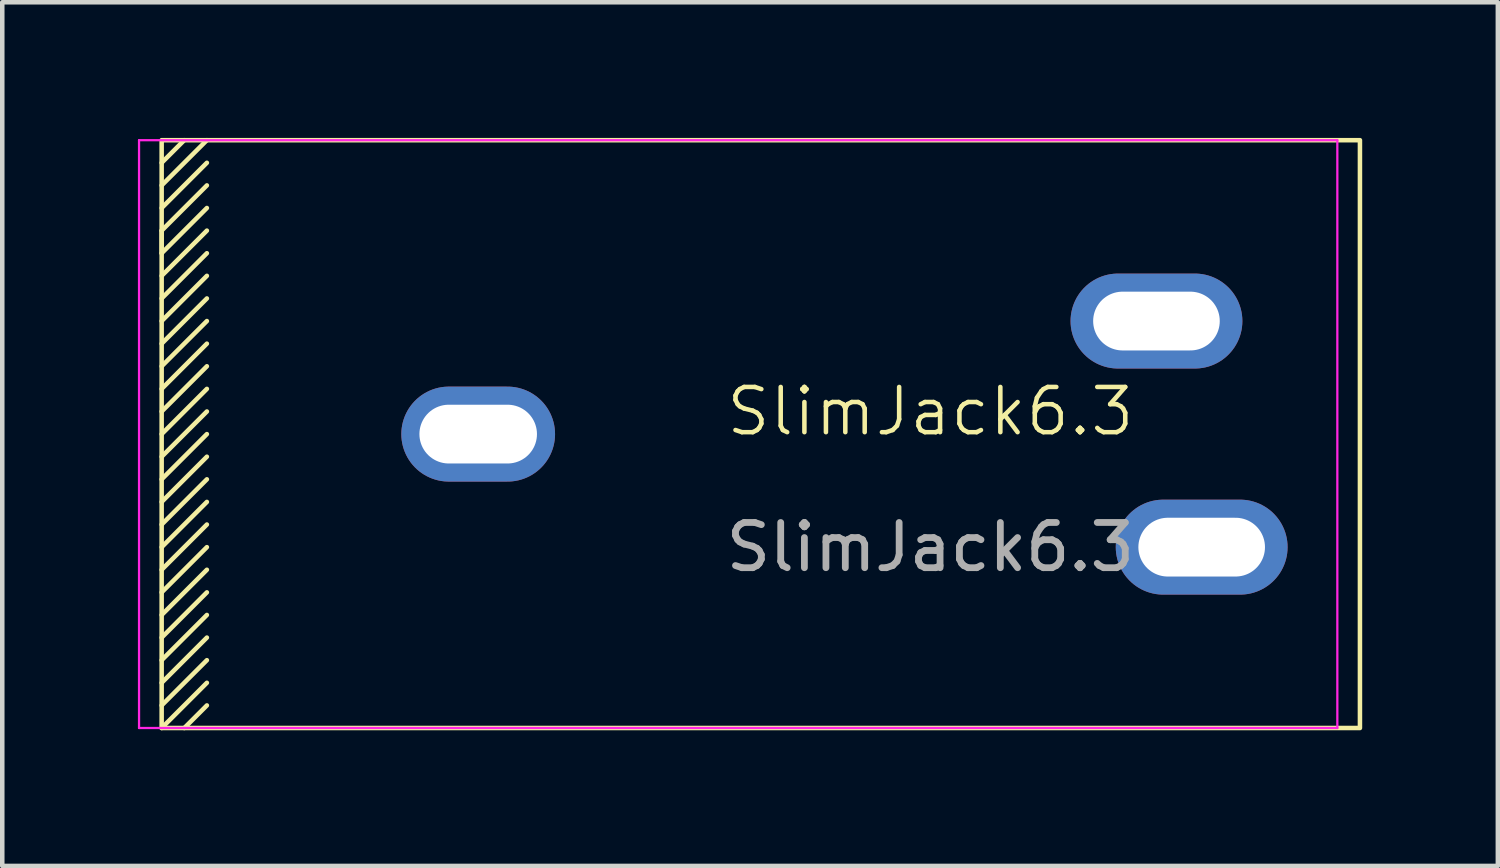
<source format=kicad_pcb>
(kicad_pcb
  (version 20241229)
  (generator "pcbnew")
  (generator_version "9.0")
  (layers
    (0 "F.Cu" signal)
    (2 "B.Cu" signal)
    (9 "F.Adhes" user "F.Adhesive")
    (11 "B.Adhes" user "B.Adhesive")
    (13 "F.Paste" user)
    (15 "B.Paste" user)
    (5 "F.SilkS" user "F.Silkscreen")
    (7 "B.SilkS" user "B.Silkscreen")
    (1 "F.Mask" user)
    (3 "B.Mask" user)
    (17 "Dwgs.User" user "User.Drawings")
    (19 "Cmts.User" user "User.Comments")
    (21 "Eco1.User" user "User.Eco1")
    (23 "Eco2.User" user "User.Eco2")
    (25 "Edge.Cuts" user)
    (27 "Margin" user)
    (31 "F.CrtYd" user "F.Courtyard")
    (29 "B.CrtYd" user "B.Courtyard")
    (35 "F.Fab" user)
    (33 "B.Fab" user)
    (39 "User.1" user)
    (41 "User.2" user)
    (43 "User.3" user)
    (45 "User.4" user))
  (footprint "SlimJack6.3"
    (layer "F.Cu")
    (at 17.525 6.55)
    (property "Reference" "SlimJack6.3" (at 0 -0.5 0) (unlocked yes) (layer "F.SilkS") (effects (font (size 1 1) (thickness 0.1))))
    (attr smd)
    (fp_line (start -17 -6) (end -16.5 -6.5) (stroke (width 0.1) (type default)) (layer "F.SilkS"))
    (fp_line (start -17 -5.5) (end -16 -6.5) (stroke (width 0.1) (type default)) (layer "F.SilkS"))
    (fp_line (start -17 -5) (end -16 -6) (stroke (width 0.1) (type default)) (layer "F.SilkS"))
    (fp_line (start -17 -4.5) (end -17 -4) (stroke (width 0.1) (type default)) (layer "F.SilkS"))
    (fp_line (start -17 -4) (end -16 -5) (stroke (width 0.1) (type default)) (layer "F.SilkS"))
    (fp_line (start -17 -3) (end -16 -4) (stroke (width 0.1) (type default)) (layer "F.SilkS"))
    (fp_line (start -17 -2.5) (end -16 -3.5) (stroke (width 0.1) (type default)) (layer "F.SilkS"))
    (fp_line (start -17 -1.5) (end -16 -2.5) (stroke (width 0.1) (type default)) (layer "F.SilkS"))
    (fp_line (start -17 -0.5) (end -16 -1.5) (stroke (width 0.1) (type default)) (layer "F.SilkS"))
    (fp_line (start -17 0) (end -16 -1) (stroke (width 0.1) (type default)) (layer "F.SilkS"))
    (fp_line (start -17 1) (end -16 0) (stroke (width 0.1) (type default)) (layer "F.SilkS"))
    (fp_line (start -17 2) (end -16 1) (stroke (width 0.1) (type default)) (layer "F.SilkS"))
    (fp_line (start -17 2.5) (end -16 1.5) (stroke (width 0.1) (type default)) (layer "F.SilkS"))
    (fp_line (start -17 3.5) (end -16 2.5) (stroke (width 0.1) (type default)) (layer "F.SilkS"))
    (fp_line (start -17 4.5) (end -16 3.5) (stroke (width 0.1) (type default)) (layer "F.SilkS"))
    (fp_line (start -17 5) (end -16 4) (stroke (width 0.1) (type default)) (layer "F.SilkS"))
    (fp_line (start -17 6) (end -16 5) (stroke (width 0.1) (type default)) (layer "F.SilkS"))
    (fp_line (start -16 -5.5) (end -17 -4.5) (stroke (width 0.1) (type default)) (layer "F.SilkS"))
    (fp_line (start -16 -4.5) (end -17 -3.5) (stroke (width 0.1) (type default)) (layer "F.SilkS"))
    (fp_line (start -16 -3) (end -17 -2) (stroke (width 0.1) (type default)) (layer "F.SilkS"))
    (fp_line (start -16 -2) (end -17 -1) (stroke (width 0.1) (type default)) (layer "F.SilkS"))
    (fp_line (start -16 -0.5) (end -17 0.5) (stroke (width 0.1) (type default)) (layer "F.SilkS"))
    (fp_line (start -16 0.5) (end -17 1.5) (stroke (width 0.1) (type default)) (layer "F.SilkS"))
    (fp_line (start -16 2) (end -17 3) (stroke (width 0.1) (type default)) (layer "F.SilkS"))
    (fp_line (start -16 3) (end -17 4) (stroke (width 0.1) (type default)) (layer "F.SilkS"))
    (fp_line (start -16 4.5) (end -17 5.5) (stroke (width 0.1) (type default)) (layer "F.SilkS"))
    (fp_line (start -16 5.5) (end -17 6.5) (stroke (width 0.1) (type default)) (layer "F.SilkS"))
    (fp_line (start -16 6) (end -16.5 6.5) (stroke (width 0.1) (type default)) (layer "F.SilkS"))
    (fp_rect (start -17 -6.5) (end 9.5 6.5) (stroke (width 0.1) (type default)) (fill no) (layer "F.SilkS"))
    (fp_line (start -17.5 -6.5) (end -17.5 6.5) (stroke (width 0.05) (type default)) (layer "F.CrtYd"))
    (fp_line (start -17.5 -6.5) (end 9 -6.5) (stroke (width 0.05) (type default)) (layer "F.CrtYd"))
    (fp_line (start -17.5 6.5) (end 9 6.5) (stroke (width 0.05) (type default)) (layer "F.CrtYd"))
    (fp_line (start 9 6.5) (end 9 -6.5) (stroke (width 0.05) (type default)) (layer "F.CrtYd"))
    (fp_text user "${REFERENCE}" (at 0 2.5 0) (unlocked yes) (layer "F.Fab") (effects (font (size 1 1) (thickness 0.15))))
    (pad "1" thru_hole oval (at -10 0) (size 3.4 2.1) (drill oval 2.6 1.3) (layers "*.Cu" "*.Mask"))
    (pad "4" thru_hole oval (at 5 -2.5) (size 3.8 2.1) (drill oval 2.8 1.3) (layers "*.Cu" "*.Mask"))
    (pad "5" thru_hole oval (at 6 2.5) (size 3.8 2.1) (drill oval 2.8 1.3) (layers "*.Cu" "*.Mask")))
  (gr_rect
    (start -3 -3)
    (end 30.075 16.1)
    (stroke (width 0.1) (type default))
    (fill no)
    (layer "Edge.Cuts")))
</source>
